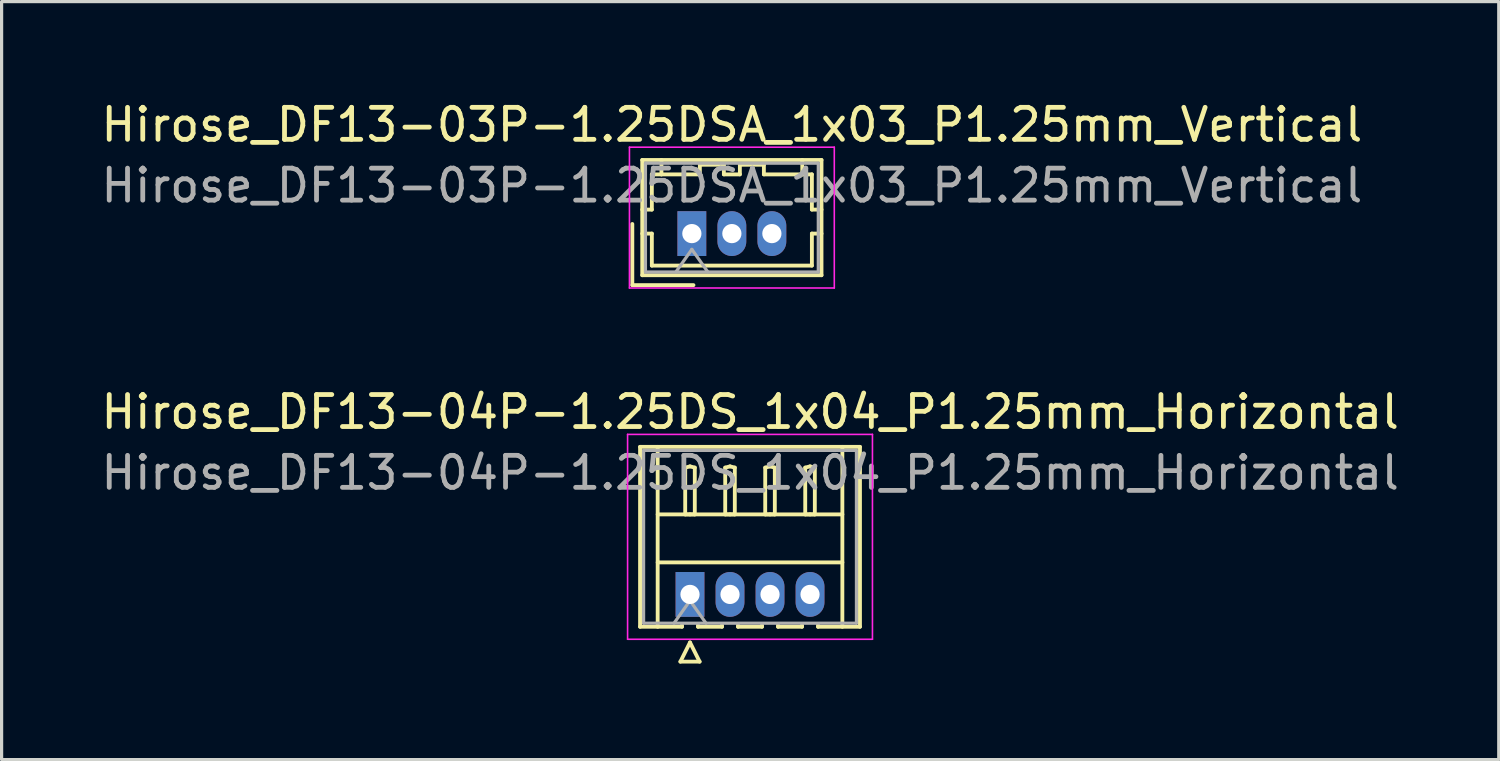
<source format=kicad_pcb>
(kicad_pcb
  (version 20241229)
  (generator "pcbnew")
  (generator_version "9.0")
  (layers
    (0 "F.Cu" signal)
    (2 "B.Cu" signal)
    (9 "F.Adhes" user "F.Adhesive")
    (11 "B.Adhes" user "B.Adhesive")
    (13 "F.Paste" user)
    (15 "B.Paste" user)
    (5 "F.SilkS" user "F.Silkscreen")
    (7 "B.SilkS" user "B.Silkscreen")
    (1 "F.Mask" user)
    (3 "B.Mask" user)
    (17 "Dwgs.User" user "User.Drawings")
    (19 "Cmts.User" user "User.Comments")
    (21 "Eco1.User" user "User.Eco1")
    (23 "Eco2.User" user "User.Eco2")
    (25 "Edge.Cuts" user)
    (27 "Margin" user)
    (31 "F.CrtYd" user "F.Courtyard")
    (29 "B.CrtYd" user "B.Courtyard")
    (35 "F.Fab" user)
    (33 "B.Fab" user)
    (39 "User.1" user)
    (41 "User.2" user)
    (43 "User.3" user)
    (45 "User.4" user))
  (footprint "Hirose_DF13-04P-1.25DS_1x04_P1.25mm_Horizontal"
    (layer "F.Cu")
    (at 18.507 15.521)
    (property "Reference" "Hirose_DF13-04P-1.25DS_1x04_P1.25mm_Horizontal" (at 1.88 -5.7 0) (layer "F.SilkS") (effects (font (size 1 1) (thickness 0.15))))
    (attr through_hole)
    (fp_line (start -1.56 -4.61) (end 5.31 -4.61) (stroke (width 0.12) (type solid)) (layer "F.SilkS"))
    (fp_line (start -1.56 1.01) (end -1.56 -4.61) (stroke (width 0.12) (type solid)) (layer "F.SilkS"))
    (fp_line (start -1.01 -4.61) (end -1.01 1.01) (stroke (width 0.12) (type solid)) (layer "F.SilkS"))
    (fp_line (start -1.01 -2.5) (end 4.76 -2.5) (stroke (width 0.12) (type solid)) (layer "F.SilkS"))
    (fp_line (start -1.01 -1) (end 4.76 -1) (stroke (width 0.12) (type solid)) (layer "F.SilkS"))
    (fp_line (start -0.3 2.1) (end 0.3 2.1) (stroke (width 0.12) (type solid)) (layer "F.SilkS"))
    (fp_line (start -0.25 0.96) (end -0.25 1.01) (stroke (width 0.12) (type solid)) (layer "F.SilkS"))
    (fp_line (start -0.25 1.01) (end -1.56 1.01) (stroke (width 0.12) (type solid)) (layer "F.SilkS"))
    (fp_line (start -0.15 -3.962) (end 0 -4) (stroke (width 0.12) (type solid)) (layer "F.SilkS"))
    (fp_line (start -0.15 -2.5) (end -0.15 -3.962) (stroke (width 0.12) (type solid)) (layer "F.SilkS"))
    (fp_line (start 0 -4) (end 0.15 -3.962) (stroke (width 0.12) (type solid)) (layer "F.SilkS"))
    (fp_line (start 0 -2.5) (end -0.15 -2.5) (stroke (width 0.12) (type solid)) (layer "F.SilkS"))
    (fp_line (start 0 1.5) (end -0.3 2.1) (stroke (width 0.12) (type solid)) (layer "F.SilkS"))
    (fp_line (start 0.15 -3.962) (end 0.15 -2.5) (stroke (width 0.12) (type solid)) (layer "F.SilkS"))
    (fp_line (start 0.15 -2.5) (end 0 -2.5) (stroke (width 0.12) (type solid)) (layer "F.SilkS"))
    (fp_line (start 0.25 0.96) (end 0.25 1.01) (stroke (width 0.12) (type solid)) (layer "F.SilkS"))
    (fp_line (start 0.25 1.01) (end 1 1.01) (stroke (width 0.12) (type solid)) (layer "F.SilkS"))
    (fp_line (start 0.3 2.1) (end 0 1.5) (stroke (width 0.12) (type solid)) (layer "F.SilkS"))
    (fp_line (start 1 1.01) (end 1 0.96) (stroke (width 0.12) (type solid)) (layer "F.SilkS"))
    (fp_line (start 1.1 -3.962) (end 1.25 -4) (stroke (width 0.12) (type solid)) (layer "F.SilkS"))
    (fp_line (start 1.1 -2.5) (end 1.1 -3.962) (stroke (width 0.12) (type solid)) (layer "F.SilkS"))
    (fp_line (start 1.25 -4) (end 1.4 -3.962) (stroke (width 0.12) (type solid)) (layer "F.SilkS"))
    (fp_line (start 1.25 -2.5) (end 1.1 -2.5) (stroke (width 0.12) (type solid)) (layer "F.SilkS"))
    (fp_line (start 1.4 -3.962) (end 1.4 -2.5) (stroke (width 0.12) (type solid)) (layer "F.SilkS"))
    (fp_line (start 1.4 -2.5) (end 1.25 -2.5) (stroke (width 0.12) (type solid)) (layer "F.SilkS"))
    (fp_line (start 1.5 0.96) (end 1.5 1.01) (stroke (width 0.12) (type solid)) (layer "F.SilkS"))
    (fp_line (start 1.5 1.01) (end 2.25 1.01) (stroke (width 0.12) (type solid)) (layer "F.SilkS"))
    (fp_line (start 2.25 1.01) (end 2.25 0.96) (stroke (width 0.12) (type solid)) (layer "F.SilkS"))
    (fp_line (start 2.35 -3.962) (end 2.5 -4) (stroke (width 0.12) (type solid)) (layer "F.SilkS"))
    (fp_line (start 2.35 -2.5) (end 2.35 -3.962) (stroke (width 0.12) (type solid)) (layer "F.SilkS"))
    (fp_line (start 2.5 -4) (end 2.65 -3.962) (stroke (width 0.12) (type solid)) (layer "F.SilkS"))
    (fp_line (start 2.5 -2.5) (end 2.35 -2.5) (stroke (width 0.12) (type solid)) (layer "F.SilkS"))
    (fp_line (start 2.65 -3.962) (end 2.65 -2.5) (stroke (width 0.12) (type solid)) (layer "F.SilkS"))
    (fp_line (start 2.65 -2.5) (end 2.5 -2.5) (stroke (width 0.12) (type solid)) (layer "F.SilkS"))
    (fp_line (start 2.75 0.96) (end 2.75 1.01) (stroke (width 0.12) (type solid)) (layer "F.SilkS"))
    (fp_line (start 2.75 1.01) (end 3.5 1.01) (stroke (width 0.12) (type solid)) (layer "F.SilkS"))
    (fp_line (start 3.5 1.01) (end 3.5 0.96) (stroke (width 0.12) (type solid)) (layer "F.SilkS"))
    (fp_line (start 3.6 -3.962) (end 3.75 -4) (stroke (width 0.12) (type solid)) (layer "F.SilkS"))
    (fp_line (start 3.6 -2.5) (end 3.6 -3.962) (stroke (width 0.12) (type solid)) (layer "F.SilkS"))
    (fp_line (start 3.75 -4) (end 3.9 -3.962) (stroke (width 0.12) (type solid)) (layer "F.SilkS"))
    (fp_line (start 3.75 -2.5) (end 3.6 -2.5) (stroke (width 0.12) (type solid)) (layer "F.SilkS"))
    (fp_line (start 3.9 -3.962) (end 3.9 -2.5) (stroke (width 0.12) (type solid)) (layer "F.SilkS"))
    (fp_line (start 3.9 -2.5) (end 3.75 -2.5) (stroke (width 0.12) (type solid)) (layer "F.SilkS"))
    (fp_line (start 4 1.01) (end 4 0.96) (stroke (width 0.12) (type solid)) (layer "F.SilkS"))
    (fp_line (start 4.76 -4.61) (end 4.76 1.01) (stroke (width 0.12) (type solid)) (layer "F.SilkS"))
    (fp_line (start 5.31 -4.61) (end 5.31 1.01) (stroke (width 0.12) (type solid)) (layer "F.SilkS"))
    (fp_line (start 5.31 1.01) (end 4 1.01) (stroke (width 0.12) (type solid)) (layer "F.SilkS"))
    (fp_line (start -1.95 -5) (end -1.95 1.4) (stroke (width 0.05) (type solid)) (layer "F.CrtYd"))
    (fp_line (start -1.95 1.4) (end 5.7 1.4) (stroke (width 0.05) (type solid)) (layer "F.CrtYd"))
    (fp_line (start 5.7 -5) (end -1.95 -5) (stroke (width 0.05) (type solid)) (layer "F.CrtYd"))
    (fp_line (start 5.7 1.4) (end 5.7 -5) (stroke (width 0.05) (type solid)) (layer "F.CrtYd"))
    (fp_line (start -1.45 -4.5) (end -1.45 0.9) (stroke (width 0.1) (type solid)) (layer "F.Fab"))
    (fp_line (start -1.45 0.9) (end 5.2 0.9) (stroke (width 0.1) (type solid)) (layer "F.Fab"))
    (fp_line (start -0.5 0.9) (end 0 0.193) (stroke (width 0.1) (type solid)) (layer "F.Fab"))
    (fp_line (start 0 0.193) (end 0.5 0.9) (stroke (width 0.1) (type solid)) (layer "F.Fab"))
    (fp_line (start 5.2 -4.5) (end -1.45 -4.5) (stroke (width 0.1) (type solid)) (layer "F.Fab"))
    (fp_line (start 5.2 0.9) (end 5.2 -4.5) (stroke (width 0.1) (type solid)) (layer "F.Fab"))
    (fp_text user "${REFERENCE}" (at 1.88 -3.8 0) (layer "F.Fab") (effects (font (size 1 1) (thickness 0.15))))
    (pad "1" thru_hole rect (at 0 0) (size 0.9 1.4) (drill 0.6) (layers "*.Cu" "*.Mask"))
    (pad "2" thru_hole oval (at 1.25 0) (size 0.9 1.4) (drill 0.6) (layers "*.Cu" "*.Mask"))
    (pad "3" thru_hole oval (at 2.5 0) (size 0.9 1.4) (drill 0.6) (layers "*.Cu" "*.Mask"))
    (pad "4" thru_hole oval (at 3.75 0) (size 0.9 1.4) (drill 0.6) (layers "*.Cu" "*.Mask")))
  (footprint "Hirose_DF13-03P-1.25DSA_1x03_P1.25mm_Vertical"
    (layer "F.Cu")
    (at 18.565 4.248)
    (property "Reference" "Hirose_DF13-03P-1.25DSA_1x03_P1.25mm_Vertical" (at 1.25 -3.4 0) (layer "F.SilkS") (effects (font (size 1 1) (thickness 0.15))))
    (attr through_hole)
    (fp_line (start -1.86 -0.3) (end -1.86 1.61) (stroke (width 0.12) (type solid)) (layer "F.SilkS"))
    (fp_line (start -1.86 1.61) (end 0.05 1.61) (stroke (width 0.12) (type solid)) (layer "F.SilkS"))
    (fp_line (start -1.55 -2.3) (end -1.55 1.3) (stroke (width 0.12) (type solid)) (layer "F.SilkS"))
    (fp_line (start -1.55 -0.75) (end -1.25 -0.75) (stroke (width 0.12) (type solid)) (layer "F.SilkS"))
    (fp_line (start -1.55 0) (end -1.25 0) (stroke (width 0.12) (type solid)) (layer "F.SilkS"))
    (fp_line (start -1.55 1.3) (end 4.05 1.3) (stroke (width 0.12) (type solid)) (layer "F.SilkS"))
    (fp_line (start -1.25 -1.85) (end -0.95 -1.85) (stroke (width 0.12) (type solid)) (layer "F.SilkS"))
    (fp_line (start -1.25 -0.75) (end -1.25 -1.85) (stroke (width 0.12) (type solid)) (layer "F.SilkS"))
    (fp_line (start -1.25 0) (end -1.25 1) (stroke (width 0.12) (type solid)) (layer "F.SilkS"))
    (fp_line (start -1.25 1) (end 3.75 1) (stroke (width 0.12) (type solid)) (layer "F.SilkS"))
    (fp_line (start -0.95 -1.85) (end -0.95 -2.3) (stroke (width 0.12) (type solid)) (layer "F.SilkS"))
    (fp_line (start -0.95 -1.85) (end 0.25 -1.85) (stroke (width 0.12) (type solid)) (layer "F.SilkS"))
    (fp_line (start 0.25 -2.15) (end 1 -2.15) (stroke (width 0.12) (type solid)) (layer "F.SilkS"))
    (fp_line (start 0.25 -1.85) (end 0.25 -2.15) (stroke (width 0.12) (type solid)) (layer "F.SilkS"))
    (fp_line (start 1 -2.15) (end 1 -1.85) (stroke (width 0.12) (type solid)) (layer "F.SilkS"))
    (fp_line (start 1 -1.85) (end 1.5 -1.85) (stroke (width 0.12) (type solid)) (layer "F.SilkS"))
    (fp_line (start 1.5 -2.15) (end 2.25 -2.15) (stroke (width 0.12) (type solid)) (layer "F.SilkS"))
    (fp_line (start 1.5 -1.85) (end 1.5 -2.15) (stroke (width 0.12) (type solid)) (layer "F.SilkS"))
    (fp_line (start 2.25 -2.15) (end 2.25 -1.85) (stroke (width 0.12) (type solid)) (layer "F.SilkS"))
    (fp_line (start 2.25 -1.85) (end 3.45 -1.85) (stroke (width 0.12) (type solid)) (layer "F.SilkS"))
    (fp_line (start 3.45 -1.85) (end 3.45 -2.3) (stroke (width 0.12) (type solid)) (layer "F.SilkS"))
    (fp_line (start 3.75 -1.85) (end 3.45 -1.85) (stroke (width 0.12) (type solid)) (layer "F.SilkS"))
    (fp_line (start 3.75 -0.75) (end 3.75 -1.85) (stroke (width 0.12) (type solid)) (layer "F.SilkS"))
    (fp_line (start 3.75 0) (end 4.05 0) (stroke (width 0.12) (type solid)) (layer "F.SilkS"))
    (fp_line (start 3.75 1) (end 3.75 0) (stroke (width 0.12) (type solid)) (layer "F.SilkS"))
    (fp_line (start 4.05 -2.3) (end -1.55 -2.3) (stroke (width 0.12) (type solid)) (layer "F.SilkS"))
    (fp_line (start 4.05 -0.75) (end 3.75 -0.75) (stroke (width 0.12) (type solid)) (layer "F.SilkS"))
    (fp_line (start 4.05 1.3) (end 4.05 -2.3) (stroke (width 0.12) (type solid)) (layer "F.SilkS"))
    (fp_line (start -1.95 -2.7) (end -1.95 1.7) (stroke (width 0.05) (type solid)) (layer "F.CrtYd"))
    (fp_line (start -1.95 1.7) (end 4.45 1.7) (stroke (width 0.05) (type solid)) (layer "F.CrtYd"))
    (fp_line (start 4.45 -2.7) (end -1.95 -2.7) (stroke (width 0.05) (type solid)) (layer "F.CrtYd"))
    (fp_line (start 4.45 1.7) (end 4.45 -2.7) (stroke (width 0.05) (type solid)) (layer "F.CrtYd"))
    (fp_line (start -1.45 -2.2) (end -1.45 1.2) (stroke (width 0.1) (type solid)) (layer "F.Fab"))
    (fp_line (start -1.45 1.2) (end 3.95 1.2) (stroke (width 0.1) (type solid)) (layer "F.Fab"))
    (fp_line (start -0.5 1.2) (end 0 0.493) (stroke (width 0.1) (type solid)) (layer "F.Fab"))
    (fp_line (start 0 0.493) (end 0.5 1.2) (stroke (width 0.1) (type solid)) (layer "F.Fab"))
    (fp_line (start 3.95 -2.2) (end -1.45 -2.2) (stroke (width 0.1) (type solid)) (layer "F.Fab"))
    (fp_line (start 3.95 1.2) (end 3.95 -2.2) (stroke (width 0.1) (type solid)) (layer "F.Fab"))
    (fp_text user "${REFERENCE}" (at 1.25 -1.5 0) (layer "F.Fab") (effects (font (size 1 1) (thickness 0.15))))
    (pad "1" thru_hole rect (at 0 0) (size 0.9 1.4) (drill 0.6) (layers "*.Cu" "*.Mask"))
    (pad "2" thru_hole oval (at 1.25 0) (size 0.9 1.4) (drill 0.6) (layers "*.Cu" "*.Mask"))
    (pad "3" thru_hole oval (at 2.5 0) (size 0.9 1.4) (drill 0.6) (layers "*.Cu" "*.Mask")))
  (gr_rect
    (start -3 -3)
    (end 43.774 20.681)
    (stroke (width 0.1) (type default))
    (fill no)
    (layer "Edge.Cuts")))
</source>
